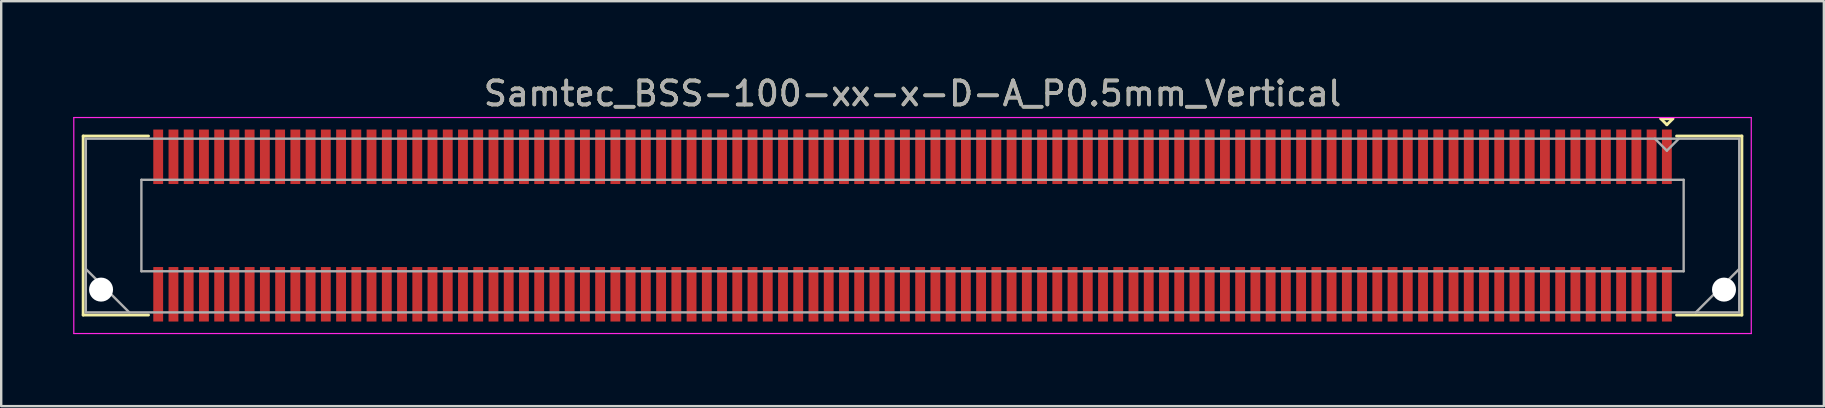
<source format=kicad_pcb>
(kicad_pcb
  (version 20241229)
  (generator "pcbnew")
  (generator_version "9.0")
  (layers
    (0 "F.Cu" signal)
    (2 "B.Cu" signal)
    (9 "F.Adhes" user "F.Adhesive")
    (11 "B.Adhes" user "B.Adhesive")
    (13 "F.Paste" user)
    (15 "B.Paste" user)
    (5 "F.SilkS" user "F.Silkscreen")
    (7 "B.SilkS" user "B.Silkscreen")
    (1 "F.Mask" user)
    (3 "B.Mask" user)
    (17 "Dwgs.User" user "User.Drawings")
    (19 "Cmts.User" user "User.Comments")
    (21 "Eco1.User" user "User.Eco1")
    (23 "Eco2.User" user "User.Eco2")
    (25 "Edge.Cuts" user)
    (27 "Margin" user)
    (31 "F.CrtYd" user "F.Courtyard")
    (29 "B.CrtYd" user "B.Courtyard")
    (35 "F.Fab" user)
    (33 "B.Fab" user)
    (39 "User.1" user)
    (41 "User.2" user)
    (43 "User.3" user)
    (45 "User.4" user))
  (footprint "Samtec_BSS-100-xx-x-D-A_P0.5mm_Vertical"
    (layer "F.Cu")
    (at 34.975 6.348)
    (property "Reference" "Samtec_BSS-100-xx-x-D-A_P0.5mm_Vertical" (at 0 -5.5 0) (layer "F.SilkS") (effects (font (size 1 1) (thickness 0.15))))
    (attr smd)
    (fp_line (start -34.559 -3.73) (end -31.837 -3.73) (stroke (width 0.12) (type solid)) (layer "F.SilkS"))
    (fp_line (start -34.559 3.73) (end -34.559 -3.73) (stroke (width 0.12) (type solid)) (layer "F.SilkS"))
    (fp_line (start -31.837 3.73) (end -34.559 3.73) (stroke (width 0.12) (type solid)) (layer "F.SilkS"))
    (fp_line (start 31.183 -4.45) (end 31.683 -4.45) (stroke (width 0.12) (type solid)) (layer "F.SilkS"))
    (fp_line (start 31.433 -4.2) (end 31.183 -4.45) (stroke (width 0.12) (type solid)) (layer "F.SilkS"))
    (fp_line (start 31.683 -4.45) (end 31.433 -4.2) (stroke (width 0.12) (type solid)) (layer "F.SilkS"))
    (fp_line (start 31.837 3.73) (end 34.559 3.73) (stroke (width 0.12) (type solid)) (layer "F.SilkS"))
    (fp_line (start 34.559 -3.73) (end 31.837 -3.73) (stroke (width 0.12) (type solid)) (layer "F.SilkS"))
    (fp_line (start 34.559 3.73) (end 34.559 -3.73) (stroke (width 0.12) (type solid)) (layer "F.SilkS"))
    (fp_line (start -34.95 -4.5) (end -34.95 4.5) (stroke (width 0.05) (type solid)) (layer "F.CrtYd"))
    (fp_line (start -34.95 4.5) (end 34.95 4.5) (stroke (width 0.05) (type solid)) (layer "F.CrtYd"))
    (fp_line (start 34.95 -4.5) (end -34.95 -4.5) (stroke (width 0.05) (type solid)) (layer "F.CrtYd"))
    (fp_line (start 34.95 4.5) (end 34.95 -4.5) (stroke (width 0.05) (type solid)) (layer "F.CrtYd"))
    (fp_line (start -34.449 -3.62) (end -34.449 3.62) (stroke (width 0.1) (type solid)) (layer "F.Fab"))
    (fp_line (start -34.449 1.81) (end -32.639 3.62) (stroke (width 0.1) (type solid)) (layer "F.Fab"))
    (fp_line (start -34.449 3.62) (end 34.449 3.62) (stroke (width 0.1) (type solid)) (layer "F.Fab"))
    (fp_line (start -32.133 -1.905) (end -32.133 1.905) (stroke (width 0.1) (type solid)) (layer "F.Fab"))
    (fp_line (start -32.133 1.905) (end 32.133 1.905) (stroke (width 0.1) (type solid)) (layer "F.Fab"))
    (fp_line (start 31.433 -3.12) (end 30.933 -3.62) (stroke (width 0.1) (type solid)) (layer "F.Fab"))
    (fp_line (start 31.933 -3.62) (end 31.433 -3.12) (stroke (width 0.1) (type solid)) (layer "F.Fab"))
    (fp_line (start 32.133 -1.905) (end -32.133 -1.905) (stroke (width 0.1) (type solid)) (layer "F.Fab"))
    (fp_line (start 32.133 1.905) (end 32.133 -1.905) (stroke (width 0.1) (type solid)) (layer "F.Fab"))
    (fp_line (start 34.449 -3.62) (end -34.449 -3.62) (stroke (width 0.1) (type solid)) (layer "F.Fab"))
    (fp_line (start 34.449 1.81) (end 32.639 3.62) (stroke (width 0.1) (type solid)) (layer "F.Fab"))
    (fp_line (start 34.449 3.62) (end 34.449 -3.62) (stroke (width 0.1) (type solid)) (layer "F.Fab"))
    (fp_text user "${REFERENCE}" (at 0 -5.5 0) (layer "F.Fab") (effects (font (size 1 1) (thickness 0.15))))
    (pad "" np_thru_hole circle (at -33.814 2.67) (size 1 1) (drill 1) (layers "*.Cu" "*.Mask"))
    (pad "" np_thru_hole circle (at 33.814 2.67) (size 1 1) (drill 1) (layers "*.Cu" "*.Mask"))
    (pad "1" smd rect (at 31.433 -2.865) (size 0.41 2.27) (layers "F.Cu" "F.Mask" "F.Paste"))
    (pad "2" smd rect (at 31.433 2.865) (size 0.41 2.27) (layers "F.Cu" "F.Mask" "F.Paste"))
    (pad "3" smd rect (at 30.797 -2.865) (size 0.41 2.27) (layers "F.Cu" "F.Mask" "F.Paste"))
    (pad "4" smd rect (at 30.797 2.865) (size 0.41 2.27) (layers "F.Cu" "F.Mask" "F.Paste"))
    (pad "5" smd rect (at 30.163 -2.865) (size 0.41 2.27) (layers "F.Cu" "F.Mask" "F.Paste"))
    (pad "6" smd rect (at 30.163 2.865) (size 0.41 2.27) (layers "F.Cu" "F.Mask" "F.Paste"))
    (pad "7" smd rect (at 29.527 -2.865) (size 0.41 2.27) (layers "F.Cu" "F.Mask" "F.Paste"))
    (pad "8" smd rect (at 29.527 2.865) (size 0.41 2.27) (layers "F.Cu" "F.Mask" "F.Paste"))
    (pad "9" smd rect (at 28.892 -2.865) (size 0.41 2.27) (layers "F.Cu" "F.Mask" "F.Paste"))
    (pad "10" smd rect (at 28.892 2.865) (size 0.41 2.27) (layers "F.Cu" "F.Mask" "F.Paste"))
    (pad "11" smd rect (at 28.258 -2.865) (size 0.41 2.27) (layers "F.Cu" "F.Mask" "F.Paste"))
    (pad "12" smd rect (at 28.258 2.865) (size 0.41 2.27) (layers "F.Cu" "F.Mask" "F.Paste"))
    (pad "13" smd rect (at 27.622 -2.865) (size 0.41 2.27) (layers "F.Cu" "F.Mask" "F.Paste"))
    (pad "14" smd rect (at 27.622 2.865) (size 0.41 2.27) (layers "F.Cu" "F.Mask" "F.Paste"))
    (pad "15" smd rect (at 26.988 -2.865) (size 0.41 2.27) (layers "F.Cu" "F.Mask" "F.Paste"))
    (pad "16" smd rect (at 26.988 2.865) (size 0.41 2.27) (layers "F.Cu" "F.Mask" "F.Paste"))
    (pad "17" smd rect (at 26.352 -2.865) (size 0.41 2.27) (layers "F.Cu" "F.Mask" "F.Paste"))
    (pad "18" smd rect (at 26.352 2.865) (size 0.41 2.27) (layers "F.Cu" "F.Mask" "F.Paste"))
    (pad "19" smd rect (at 25.718 -2.865) (size 0.41 2.27) (layers "F.Cu" "F.Mask" "F.Paste"))
    (pad "20" smd rect (at 25.718 2.865) (size 0.41 2.27) (layers "F.Cu" "F.Mask" "F.Paste"))
    (pad "21" smd rect (at 25.082 -2.865) (size 0.41 2.27) (layers "F.Cu" "F.Mask" "F.Paste"))
    (pad "22" smd rect (at 25.082 2.865) (size 0.41 2.27) (layers "F.Cu" "F.Mask" "F.Paste"))
    (pad "23" smd rect (at 24.448 -2.865) (size 0.41 2.27) (layers "F.Cu" "F.Mask" "F.Paste"))
    (pad "24" smd rect (at 24.448 2.865) (size 0.41 2.27) (layers "F.Cu" "F.Mask" "F.Paste"))
    (pad "25" smd rect (at 23.812 -2.865) (size 0.41 2.27) (layers "F.Cu" "F.Mask" "F.Paste"))
    (pad "26" smd rect (at 23.812 2.865) (size 0.41 2.27) (layers "F.Cu" "F.Mask" "F.Paste"))
    (pad "27" smd rect (at 23.177 -2.865) (size 0.41 2.27) (layers "F.Cu" "F.Mask" "F.Paste"))
    (pad "28" smd rect (at 23.177 2.865) (size 0.41 2.27) (layers "F.Cu" "F.Mask" "F.Paste"))
    (pad "29" smd rect (at 22.543 -2.865) (size 0.41 2.27) (layers "F.Cu" "F.Mask" "F.Paste"))
    (pad "30" smd rect (at 22.543 2.865) (size 0.41 2.27) (layers "F.Cu" "F.Mask" "F.Paste"))
    (pad "31" smd rect (at 21.907 -2.865) (size 0.41 2.27) (layers "F.Cu" "F.Mask" "F.Paste"))
    (pad "32" smd rect (at 21.907 2.865) (size 0.41 2.27) (layers "F.Cu" "F.Mask" "F.Paste"))
    (pad "33" smd rect (at 21.273 -2.865) (size 0.41 2.27) (layers "F.Cu" "F.Mask" "F.Paste"))
    (pad "34" smd rect (at 21.273 2.865) (size 0.41 2.27) (layers "F.Cu" "F.Mask" "F.Paste"))
    (pad "35" smd rect (at 20.637 -2.865) (size 0.41 2.27) (layers "F.Cu" "F.Mask" "F.Paste"))
    (pad "36" smd rect (at 20.637 2.865) (size 0.41 2.27) (layers "F.Cu" "F.Mask" "F.Paste"))
    (pad "37" smd rect (at 20.003 -2.865) (size 0.41 2.27) (layers "F.Cu" "F.Mask" "F.Paste"))
    (pad "38" smd rect (at 20.003 2.865) (size 0.41 2.27) (layers "F.Cu" "F.Mask" "F.Paste"))
    (pad "39" smd rect (at 19.367 -2.865) (size 0.41 2.27) (layers "F.Cu" "F.Mask" "F.Paste"))
    (pad "40" smd rect (at 19.367 2.865) (size 0.41 2.27) (layers "F.Cu" "F.Mask" "F.Paste"))
    (pad "41" smd rect (at 18.733 -2.865) (size 0.41 2.27) (layers "F.Cu" "F.Mask" "F.Paste"))
    (pad "42" smd rect (at 18.733 2.865) (size 0.41 2.27) (layers "F.Cu" "F.Mask" "F.Paste"))
    (pad "43" smd rect (at 18.098 -2.865) (size 0.41 2.27) (layers "F.Cu" "F.Mask" "F.Paste"))
    (pad "44" smd rect (at 18.098 2.865) (size 0.41 2.27) (layers "F.Cu" "F.Mask" "F.Paste"))
    (pad "45" smd rect (at 17.462 -2.865) (size 0.41 2.27) (layers "F.Cu" "F.Mask" "F.Paste"))
    (pad "46" smd rect (at 17.462 2.865) (size 0.41 2.27) (layers "F.Cu" "F.Mask" "F.Paste"))
    (pad "47" smd rect (at 16.828 -2.865) (size 0.41 2.27) (layers "F.Cu" "F.Mask" "F.Paste"))
    (pad "48" smd rect (at 16.828 2.865) (size 0.41 2.27) (layers "F.Cu" "F.Mask" "F.Paste"))
    (pad "49" smd rect (at 16.192 -2.865) (size 0.41 2.27) (layers "F.Cu" "F.Mask" "F.Paste"))
    (pad "50" smd rect (at 16.192 2.865) (size 0.41 2.27) (layers "F.Cu" "F.Mask" "F.Paste"))
    (pad "51" smd rect (at 15.557 -2.865) (size 0.41 2.27) (layers "F.Cu" "F.Mask" "F.Paste"))
    (pad "52" smd rect (at 15.557 2.865) (size 0.41 2.27) (layers "F.Cu" "F.Mask" "F.Paste"))
    (pad "53" smd rect (at 14.922 -2.865) (size 0.41 2.27) (layers "F.Cu" "F.Mask" "F.Paste"))
    (pad "54" smd rect (at 14.922 2.865) (size 0.41 2.27) (layers "F.Cu" "F.Mask" "F.Paste"))
    (pad "55" smd rect (at 14.287 -2.865) (size 0.41 2.27) (layers "F.Cu" "F.Mask" "F.Paste"))
    (pad "56" smd rect (at 14.287 2.865) (size 0.41 2.27) (layers "F.Cu" "F.Mask" "F.Paste"))
    (pad "57" smd rect (at 13.652 -2.865) (size 0.41 2.27) (layers "F.Cu" "F.Mask" "F.Paste"))
    (pad "58" smd rect (at 13.652 2.865) (size 0.41 2.27) (layers "F.Cu" "F.Mask" "F.Paste"))
    (pad "59" smd rect (at 13.018 -2.865) (size 0.41 2.27) (layers "F.Cu" "F.Mask" "F.Paste"))
    (pad "60" smd rect (at 13.018 2.865) (size 0.41 2.27) (layers "F.Cu" "F.Mask" "F.Paste"))
    (pad "61" smd rect (at 12.383 -2.865) (size 0.41 2.27) (layers "F.Cu" "F.Mask" "F.Paste"))
    (pad "62" smd rect (at 12.383 2.865) (size 0.41 2.27) (layers "F.Cu" "F.Mask" "F.Paste"))
    (pad "63" smd rect (at 11.748 -2.865) (size 0.41 2.27) (layers "F.Cu" "F.Mask" "F.Paste"))
    (pad "64" smd rect (at 11.748 2.865) (size 0.41 2.27) (layers "F.Cu" "F.Mask" "F.Paste"))
    (pad "65" smd rect (at 11.113 -2.865) (size 0.41 2.27) (layers "F.Cu" "F.Mask" "F.Paste"))
    (pad "66" smd rect (at 11.113 2.865) (size 0.41 2.27) (layers "F.Cu" "F.Mask" "F.Paste"))
    (pad "67" smd rect (at 10.477 -2.865) (size 0.41 2.27) (layers "F.Cu" "F.Mask" "F.Paste"))
    (pad "68" smd rect (at 10.477 2.865) (size 0.41 2.27) (layers "F.Cu" "F.Mask" "F.Paste"))
    (pad "69" smd rect (at 9.842 -2.865) (size 0.41 2.27) (layers "F.Cu" "F.Mask" "F.Paste"))
    (pad "70" smd rect (at 9.842 2.865) (size 0.41 2.27) (layers "F.Cu" "F.Mask" "F.Paste"))
    (pad "71" smd rect (at 9.207 -2.865) (size 0.41 2.27) (layers "F.Cu" "F.Mask" "F.Paste"))
    (pad "72" smd rect (at 9.207 2.865) (size 0.41 2.27) (layers "F.Cu" "F.Mask" "F.Paste"))
    (pad "73" smd rect (at 8.572 -2.865) (size 0.41 2.27) (layers "F.Cu" "F.Mask" "F.Paste"))
    (pad "74" smd rect (at 8.572 2.865) (size 0.41 2.27) (layers "F.Cu" "F.Mask" "F.Paste"))
    (pad "75" smd rect (at 7.938 -2.865) (size 0.41 2.27) (layers "F.Cu" "F.Mask" "F.Paste"))
    (pad "76" smd rect (at 7.938 2.865) (size 0.41 2.27) (layers "F.Cu" "F.Mask" "F.Paste"))
    (pad "77" smd rect (at 7.303 -2.865) (size 0.41 2.27) (layers "F.Cu" "F.Mask" "F.Paste"))
    (pad "78" smd rect (at 7.303 2.865) (size 0.41 2.27) (layers "F.Cu" "F.Mask" "F.Paste"))
    (pad "79" smd rect (at 6.668 -2.865) (size 0.41 2.27) (layers "F.Cu" "F.Mask" "F.Paste"))
    (pad "80" smd rect (at 6.668 2.865) (size 0.41 2.27) (layers "F.Cu" "F.Mask" "F.Paste"))
    (pad "81" smd rect (at 6.032 -2.865) (size 0.41 2.27) (layers "F.Cu" "F.Mask" "F.Paste"))
    (pad "82" smd rect (at 6.032 2.865) (size 0.41 2.27) (layers "F.Cu" "F.Mask" "F.Paste"))
    (pad "83" smd rect (at 5.397 -2.865) (size 0.41 2.27) (layers "F.Cu" "F.Mask" "F.Paste"))
    (pad "84" smd rect (at 5.397 2.865) (size 0.41 2.27) (layers "F.Cu" "F.Mask" "F.Paste"))
    (pad "85" smd rect (at 4.763 -2.865) (size 0.41 2.27) (layers "F.Cu" "F.Mask" "F.Paste"))
    (pad "86" smd rect (at 4.763 2.865) (size 0.41 2.27) (layers "F.Cu" "F.Mask" "F.Paste"))
    (pad "87" smd rect (at 4.128 -2.865) (size 0.41 2.27) (layers "F.Cu" "F.Mask" "F.Paste"))
    (pad "88" smd rect (at 4.128 2.865) (size 0.41 2.27) (layers "F.Cu" "F.Mask" "F.Paste"))
    (pad "89" smd rect (at 3.493 -2.865) (size 0.41 2.27) (layers "F.Cu" "F.Mask" "F.Paste"))
    (pad "90" smd rect (at 3.493 2.865) (size 0.41 2.27) (layers "F.Cu" "F.Mask" "F.Paste"))
    (pad "91" smd rect (at 2.857 -2.865) (size 0.41 2.27) (layers "F.Cu" "F.Mask" "F.Paste"))
    (pad "92" smd rect (at 2.857 2.865) (size 0.41 2.27) (layers "F.Cu" "F.Mask" "F.Paste"))
    (pad "93" smd rect (at 2.223 -2.865) (size 0.41 2.27) (layers "F.Cu" "F.Mask" "F.Paste"))
    (pad "94" smd rect (at 2.223 2.865) (size 0.41 2.27) (layers "F.Cu" "F.Mask" "F.Paste"))
    (pad "95" smd rect (at 1.587 -2.865) (size 0.41 2.27) (layers "F.Cu" "F.Mask" "F.Paste"))
    (pad "96" smd rect (at 1.587 2.865) (size 0.41 2.27) (layers "F.Cu" "F.Mask" "F.Paste"))
    (pad "97" smd rect (at 0.953 -2.865) (size 0.41 2.27) (layers "F.Cu" "F.Mask" "F.Paste"))
    (pad "98" smd rect (at 0.953 2.865) (size 0.41 2.27) (layers "F.Cu" "F.Mask" "F.Paste"))
    (pad "99" smd rect (at 0.318 -2.865) (size 0.41 2.27) (layers "F.Cu" "F.Mask" "F.Paste"))
    (pad "100" smd rect (at 0.318 2.865) (size 0.41 2.27) (layers "F.Cu" "F.Mask" "F.Paste"))
    (pad "101" smd rect (at -0.318 -2.865) (size 0.41 2.27) (layers "F.Cu" "F.Mask" "F.Paste"))
    (pad "102" smd rect (at -0.318 2.865) (size 0.41 2.27) (layers "F.Cu" "F.Mask" "F.Paste"))
    (pad "103" smd rect (at -0.953 -2.865) (size 0.41 2.27) (layers "F.Cu" "F.Mask" "F.Paste"))
    (pad "104" smd rect (at -0.953 2.865) (size 0.41 2.27) (layers "F.Cu" "F.Mask" "F.Paste"))
    (pad "105" smd rect (at -1.587 -2.865) (size 0.41 2.27) (layers "F.Cu" "F.Mask" "F.Paste"))
    (pad "106" smd rect (at -1.587 2.865) (size 0.41 2.27) (layers "F.Cu" "F.Mask" "F.Paste"))
    (pad "107" smd rect (at -2.223 -2.865) (size 0.41 2.27) (layers "F.Cu" "F.Mask" "F.Paste"))
    (pad "108" smd rect (at -2.223 2.865) (size 0.41 2.27) (layers "F.Cu" "F.Mask" "F.Paste"))
    (pad "109" smd rect (at -2.857 -2.865) (size 0.41 2.27) (layers "F.Cu" "F.Mask" "F.Paste"))
    (pad "110" smd rect (at -2.857 2.865) (size 0.41 2.27) (layers "F.Cu" "F.Mask" "F.Paste"))
    (pad "111" smd rect (at -3.493 -2.865) (size 0.41 2.27) (layers "F.Cu" "F.Mask" "F.Paste"))
    (pad "112" smd rect (at -3.493 2.865) (size 0.41 2.27) (layers "F.Cu" "F.Mask" "F.Paste"))
    (pad "113" smd rect (at -4.128 -2.865) (size 0.41 2.27) (layers "F.Cu" "F.Mask" "F.Paste"))
    (pad "114" smd rect (at -4.128 2.865) (size 0.41 2.27) (layers "F.Cu" "F.Mask" "F.Paste"))
    (pad "115" smd rect (at -4.763 -2.865) (size 0.41 2.27) (layers "F.Cu" "F.Mask" "F.Paste"))
    (pad "116" smd rect (at -4.763 2.865) (size 0.41 2.27) (layers "F.Cu" "F.Mask" "F.Paste"))
    (pad "117" smd rect (at -5.397 -2.865) (size 0.41 2.27) (layers "F.Cu" "F.Mask" "F.Paste"))
    (pad "118" smd rect (at -5.397 2.865) (size 0.41 2.27) (layers "F.Cu" "F.Mask" "F.Paste"))
    (pad "119" smd rect (at -6.032 -2.865) (size 0.41 2.27) (layers "F.Cu" "F.Mask" "F.Paste"))
    (pad "120" smd rect (at -6.032 2.865) (size 0.41 2.27) (layers "F.Cu" "F.Mask" "F.Paste"))
    (pad "121" smd rect (at -6.668 -2.865) (size 0.41 2.27) (layers "F.Cu" "F.Mask" "F.Paste"))
    (pad "122" smd rect (at -6.668 2.865) (size 0.41 2.27) (layers "F.Cu" "F.Mask" "F.Paste"))
    (pad "123" smd rect (at -7.303 -2.865) (size 0.41 2.27) (layers "F.Cu" "F.Mask" "F.Paste"))
    (pad "124" smd rect (at -7.303 2.865) (size 0.41 2.27) (layers "F.Cu" "F.Mask" "F.Paste"))
    (pad "125" smd rect (at -7.938 -2.865) (size 0.41 2.27) (layers "F.Cu" "F.Mask" "F.Paste"))
    (pad "126" smd rect (at -7.938 2.865) (size 0.41 2.27) (layers "F.Cu" "F.Mask" "F.Paste"))
    (pad "127" smd rect (at -8.572 -2.865) (size 0.41 2.27) (layers "F.Cu" "F.Mask" "F.Paste"))
    (pad "128" smd rect (at -8.572 2.865) (size 0.41 2.27) (layers "F.Cu" "F.Mask" "F.Paste"))
    (pad "129" smd rect (at -9.207 -2.865) (size 0.41 2.27) (layers "F.Cu" "F.Mask" "F.Paste"))
    (pad "130" smd rect (at -9.207 2.865) (size 0.41 2.27) (layers "F.Cu" "F.Mask" "F.Paste"))
    (pad "131" smd rect (at -9.842 -2.865) (size 0.41 2.27) (layers "F.Cu" "F.Mask" "F.Paste"))
    (pad "132" smd rect (at -9.842 2.865) (size 0.41 2.27) (layers "F.Cu" "F.Mask" "F.Paste"))
    (pad "133" smd rect (at -10.477 -2.865) (size 0.41 2.27) (layers "F.Cu" "F.Mask" "F.Paste"))
    (pad "134" smd rect (at -10.477 2.865) (size 0.41 2.27) (layers "F.Cu" "F.Mask" "F.Paste"))
    (pad "135" smd rect (at -11.113 -2.865) (size 0.41 2.27) (layers "F.Cu" "F.Mask" "F.Paste"))
    (pad "136" smd rect (at -11.113 2.865) (size 0.41 2.27) (layers "F.Cu" "F.Mask" "F.Paste"))
    (pad "137" smd rect (at -11.748 -2.865) (size 0.41 2.27) (layers "F.Cu" "F.Mask" "F.Paste"))
    (pad "138" smd rect (at -11.748 2.865) (size 0.41 2.27) (layers "F.Cu" "F.Mask" "F.Paste"))
    (pad "139" smd rect (at -12.383 -2.865) (size 0.41 2.27) (layers "F.Cu" "F.Mask" "F.Paste"))
    (pad "140" smd rect (at -12.383 2.865) (size 0.41 2.27) (layers "F.Cu" "F.Mask" "F.Paste"))
    (pad "141" smd rect (at -13.018 -2.865) (size 0.41 2.27) (layers "F.Cu" "F.Mask" "F.Paste"))
    (pad "142" smd rect (at -13.018 2.865) (size 0.41 2.27) (layers "F.Cu" "F.Mask" "F.Paste"))
    (pad "143" smd rect (at -13.652 -2.865) (size 0.41 2.27) (layers "F.Cu" "F.Mask" "F.Paste"))
    (pad "144" smd rect (at -13.652 2.865) (size 0.41 2.27) (layers "F.Cu" "F.Mask" "F.Paste"))
    (pad "145" smd rect (at -14.287 -2.865) (size 0.41 2.27) (layers "F.Cu" "F.Mask" "F.Paste"))
    (pad "146" smd rect (at -14.287 2.865) (size 0.41 2.27) (layers "F.Cu" "F.Mask" "F.Paste"))
    (pad "147" smd rect (at -14.922 -2.865) (size 0.41 2.27) (layers "F.Cu" "F.Mask" "F.Paste"))
    (pad "148" smd rect (at -14.922 2.865) (size 0.41 2.27) (layers "F.Cu" "F.Mask" "F.Paste"))
    (pad "149" smd rect (at -15.557 -2.865) (size 0.41 2.27) (layers "F.Cu" "F.Mask" "F.Paste"))
    (pad "150" smd rect (at -15.557 2.865) (size 0.41 2.27) (layers "F.Cu" "F.Mask" "F.Paste"))
    (pad "151" smd rect (at -16.192 -2.865) (size 0.41 2.27) (layers "F.Cu" "F.Mask" "F.Paste"))
    (pad "152" smd rect (at -16.192 2.865) (size 0.41 2.27) (layers "F.Cu" "F.Mask" "F.Paste"))
    (pad "153" smd rect (at -16.828 -2.865) (size 0.41 2.27) (layers "F.Cu" "F.Mask" "F.Paste"))
    (pad "154" smd rect (at -16.828 2.865) (size 0.41 2.27) (layers "F.Cu" "F.Mask" "F.Paste"))
    (pad "155" smd rect (at -17.462 -2.865) (size 0.41 2.27) (layers "F.Cu" "F.Mask" "F.Paste"))
    (pad "156" smd rect (at -17.462 2.865) (size 0.41 2.27) (layers "F.Cu" "F.Mask" "F.Paste"))
    (pad "157" smd rect (at -18.098 -2.865) (size 0.41 2.27) (layers "F.Cu" "F.Mask" "F.Paste"))
    (pad "158" smd rect (at -18.098 2.865) (size 0.41 2.27) (layers "F.Cu" "F.Mask" "F.Paste"))
    (pad "159" smd rect (at -18.733 -2.865) (size 0.41 2.27) (layers "F.Cu" "F.Mask" "F.Paste"))
    (pad "160" smd rect (at -18.733 2.865) (size 0.41 2.27) (layers "F.Cu" "F.Mask" "F.Paste"))
    (pad "161" smd rect (at -19.367 -2.865) (size 0.41 2.27) (layers "F.Cu" "F.Mask" "F.Paste"))
    (pad "162" smd rect (at -19.367 2.865) (size 0.41 2.27) (layers "F.Cu" "F.Mask" "F.Paste"))
    (pad "163" smd rect (at -20.003 -2.865) (size 0.41 2.27) (layers "F.Cu" "F.Mask" "F.Paste"))
    (pad "164" smd rect (at -20.003 2.865) (size 0.41 2.27) (layers "F.Cu" "F.Mask" "F.Paste"))
    (pad "165" smd rect (at -20.637 -2.865) (size 0.41 2.27) (layers "F.Cu" "F.Mask" "F.Paste"))
    (pad "166" smd rect (at -20.637 2.865) (size 0.41 2.27) (layers "F.Cu" "F.Mask" "F.Paste"))
    (pad "167" smd rect (at -21.273 -2.865) (size 0.41 2.27) (layers "F.Cu" "F.Mask" "F.Paste"))
    (pad "168" smd rect (at -21.273 2.865) (size 0.41 2.27) (layers "F.Cu" "F.Mask" "F.Paste"))
    (pad "169" smd rect (at -21.907 -2.865) (size 0.41 2.27) (layers "F.Cu" "F.Mask" "F.Paste"))
    (pad "170" smd rect (at -21.907 2.865) (size 0.41 2.27) (layers "F.Cu" "F.Mask" "F.Paste"))
    (pad "171" smd rect (at -22.543 -2.865) (size 0.41 2.27) (layers "F.Cu" "F.Mask" "F.Paste"))
    (pad "172" smd rect (at -22.543 2.865) (size 0.41 2.27) (layers "F.Cu" "F.Mask" "F.Paste"))
    (pad "173" smd rect (at -23.177 -2.865) (size 0.41 2.27) (layers "F.Cu" "F.Mask" "F.Paste"))
    (pad "174" smd rect (at -23.177 2.865) (size 0.41 2.27) (layers "F.Cu" "F.Mask" "F.Paste"))
    (pad "175" smd rect (at -23.812 -2.865) (size 0.41 2.27) (layers "F.Cu" "F.Mask" "F.Paste"))
    (pad "176" smd rect (at -23.812 2.865) (size 0.41 2.27) (layers "F.Cu" "F.Mask" "F.Paste"))
    (pad "177" smd rect (at -24.448 -2.865) (size 0.41 2.27) (layers "F.Cu" "F.Mask" "F.Paste"))
    (pad "178" smd rect (at -24.448 2.865) (size 0.41 2.27) (layers "F.Cu" "F.Mask" "F.Paste"))
    (pad "179" smd rect (at -25.082 -2.865) (size 0.41 2.27) (layers "F.Cu" "F.Mask" "F.Paste"))
    (pad "180" smd rect (at -25.082 2.865) (size 0.41 2.27) (layers "F.Cu" "F.Mask" "F.Paste"))
    (pad "181" smd rect (at -25.718 -2.865) (size 0.41 2.27) (layers "F.Cu" "F.Mask" "F.Paste"))
    (pad "182" smd rect (at -25.718 2.865) (size 0.41 2.27) (layers "F.Cu" "F.Mask" "F.Paste"))
    (pad "183" smd rect (at -26.352 -2.865) (size 0.41 2.27) (layers "F.Cu" "F.Mask" "F.Paste"))
    (pad "184" smd rect (at -26.352 2.865) (size 0.41 2.27) (layers "F.Cu" "F.Mask" "F.Paste"))
    (pad "185" smd rect (at -26.988 -2.865) (size 0.41 2.27) (layers "F.Cu" "F.Mask" "F.Paste"))
    (pad "186" smd rect (at -26.988 2.865) (size 0.41 2.27) (layers "F.Cu" "F.Mask" "F.Paste"))
    (pad "187" smd rect (at -27.622 -2.865) (size 0.41 2.27) (layers "F.Cu" "F.Mask" "F.Paste"))
    (pad "188" smd rect (at -27.622 2.865) (size 0.41 2.27) (layers "F.Cu" "F.Mask" "F.Paste"))
    (pad "189" smd rect (at -28.258 -2.865) (size 0.41 2.27) (layers "F.Cu" "F.Mask" "F.Paste"))
    (pad "190" smd rect (at -28.258 2.865) (size 0.41 2.27) (layers "F.Cu" "F.Mask" "F.Paste"))
    (pad "191" smd rect (at -28.892 -2.865) (size 0.41 2.27) (layers "F.Cu" "F.Mask" "F.Paste"))
    (pad "192" smd rect (at -28.892 2.865) (size 0.41 2.27) (layers "F.Cu" "F.Mask" "F.Paste"))
    (pad "193" smd rect (at -29.527 -2.865) (size 0.41 2.27) (layers "F.Cu" "F.Mask" "F.Paste"))
    (pad "194" smd rect (at -29.527 2.865) (size 0.41 2.27) (layers "F.Cu" "F.Mask" "F.Paste"))
    (pad "195" smd rect (at -30.163 -2.865) (size 0.41 2.27) (layers "F.Cu" "F.Mask" "F.Paste"))
    (pad "196" smd rect (at -30.163 2.865) (size 0.41 2.27) (layers "F.Cu" "F.Mask" "F.Paste"))
    (pad "197" smd rect (at -30.797 -2.865) (size 0.41 2.27) (layers "F.Cu" "F.Mask" "F.Paste"))
    (pad "198" smd rect (at -30.797 2.865) (size 0.41 2.27) (layers "F.Cu" "F.Mask" "F.Paste"))
    (pad "199" smd rect (at -31.433 -2.865) (size 0.41 2.27) (layers "F.Cu" "F.Mask" "F.Paste"))
    (pad "200" smd rect (at -31.433 2.865) (size 0.41 2.27) (layers "F.Cu" "F.Mask" "F.Paste")))
  (gr_rect
    (start -3 -3)
    (end 72.95 13.873)
    (stroke (width 0.1) (type default))
    (fill no)
    (layer "Edge.Cuts")))
</source>
